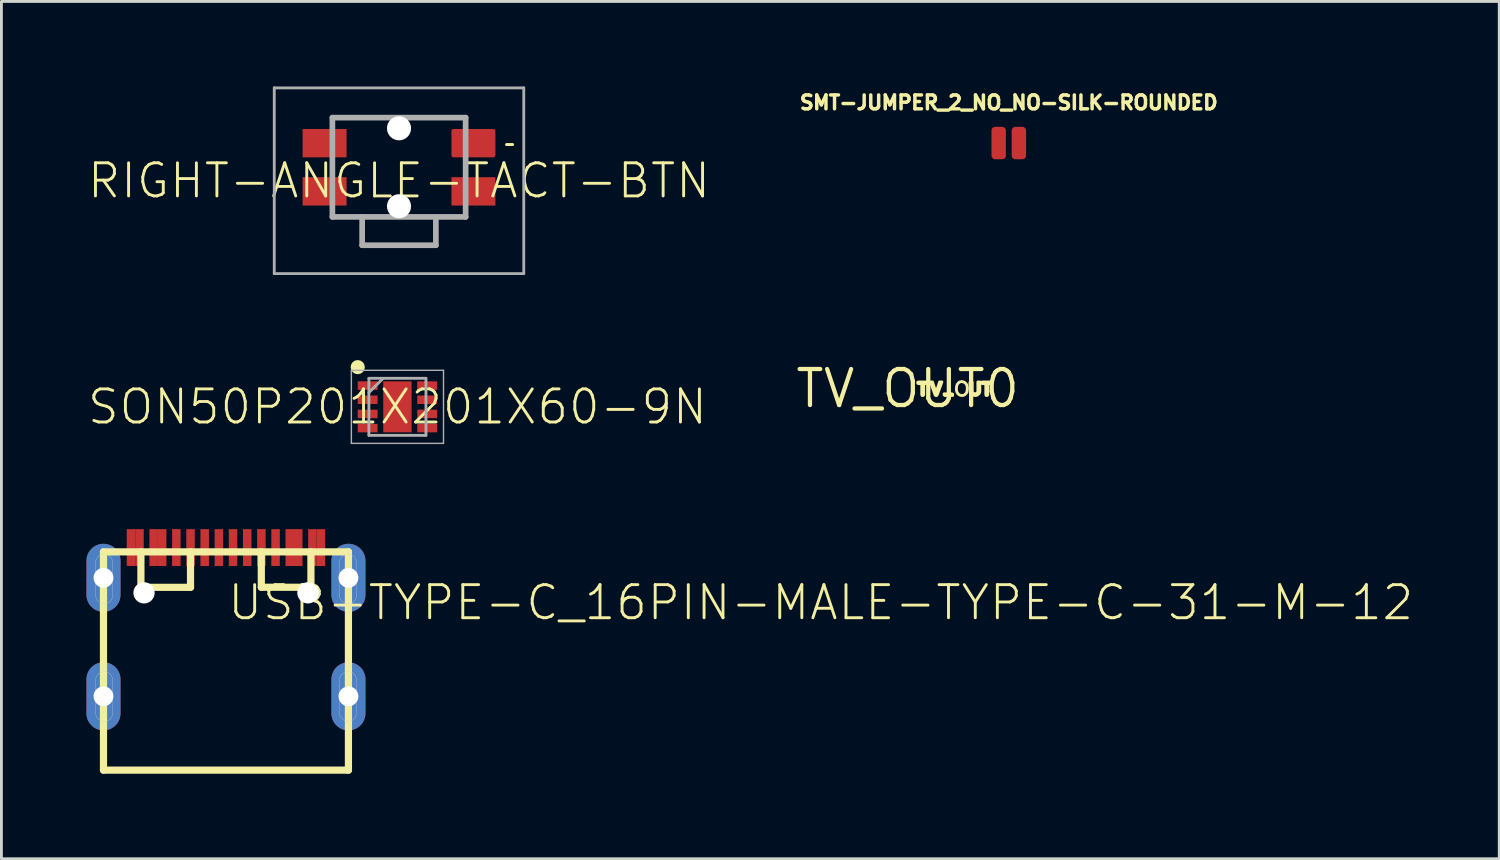
<source format=kicad_pcb>
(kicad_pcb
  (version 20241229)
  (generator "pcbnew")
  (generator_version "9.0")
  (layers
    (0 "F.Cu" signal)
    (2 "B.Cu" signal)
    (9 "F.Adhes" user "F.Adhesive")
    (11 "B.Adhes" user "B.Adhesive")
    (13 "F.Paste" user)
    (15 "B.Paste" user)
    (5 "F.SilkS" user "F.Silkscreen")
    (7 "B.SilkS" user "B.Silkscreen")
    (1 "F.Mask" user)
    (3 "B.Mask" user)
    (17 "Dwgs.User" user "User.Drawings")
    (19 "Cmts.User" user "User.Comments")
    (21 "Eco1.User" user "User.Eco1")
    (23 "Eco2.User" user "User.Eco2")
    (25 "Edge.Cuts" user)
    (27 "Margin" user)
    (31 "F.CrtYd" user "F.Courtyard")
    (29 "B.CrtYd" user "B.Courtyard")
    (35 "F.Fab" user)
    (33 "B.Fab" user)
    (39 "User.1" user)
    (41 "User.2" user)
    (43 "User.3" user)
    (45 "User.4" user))
  (footprint "RIGHT-ANGLE-TACT-BTN"
    (layer "F.Cu")
    (at 11.024 2.85)
    (property "Reference" "RIGHT-ANGLE-TACT-BTN" (at 0 0.475 0) (layer "F.SilkS") (effects (font (size 1.168 1.168) (thickness 0.102))))
    (fp_line (start -2.35 -1.75) (end -1 -1.75) (stroke (width 0.1) (type solid)) (layer "F.SilkS"))
    (fp_line (start -2.35 1.75) (end -1.3 1.75) (stroke (width 0.1) (type solid)) (layer "F.SilkS"))
    (fp_line (start 1 -1.75) (end 2.35 -1.75) (stroke (width 0.1) (type solid)) (layer "F.SilkS"))
    (fp_line (start 1.3 1.75) (end 2.35 1.75) (stroke (width 0.1) (type solid)) (layer "F.SilkS"))
    (fp_line (start 3.8 -0.8) (end 4 -0.8) (stroke (width 0.1) (type solid)) (layer "F.SilkS"))
    (fp_line (start 4 -0.8) (end 3.8 -0.8) (stroke (width 0.1) (type solid)) (layer "F.SilkS"))
    (fp_line (start -4.4 -2.8) (end 4.4 -2.8) (stroke (width 0.1) (type solid)) (layer "F.Fab"))
    (fp_line (start -4.4 3.75) (end -4.4 -2.8) (stroke (width 0.1) (type solid)) (layer "F.Fab"))
    (fp_line (start -2.35 -1.75) (end 2.35 -1.75) (stroke (width 0.2) (type solid)) (layer "F.Fab"))
    (fp_line (start -2.35 1.75) (end -2.35 -1.75) (stroke (width 0.2) (type solid)) (layer "F.Fab"))
    (fp_line (start -1.3 1.75) (end -1.3 2.75) (stroke (width 0.2) (type solid)) (layer "F.Fab"))
    (fp_line (start -1.3 2.75) (end 1.3 2.75) (stroke (width 0.2) (type solid)) (layer "F.Fab"))
    (fp_line (start 1.3 2.75) (end 1.3 1.8) (stroke (width 0.2) (type solid)) (layer "F.Fab"))
    (fp_line (start 2.35 -1.75) (end 2.35 1.75) (stroke (width 0.2) (type solid)) (layer "F.Fab"))
    (fp_line (start 2.35 1.75) (end -2.35 1.75) (stroke (width 0.2) (type solid)) (layer "F.Fab"))
    (fp_line (start 4.4 -2.8) (end 4.4 3.75) (stroke (width 0.1) (type solid)) (layer "F.Fab"))
    (fp_line (start 4.4 3.75) (end -4.4 3.75) (stroke (width 0.1) (type solid)) (layer "F.Fab"))
    (pad "" np_thru_hole circle (at 0 -1.375) (size 0.85 0.85) (drill 0.85) (layers "*.Cu" "*.Mask"))
    (pad "" np_thru_hole circle (at 0 1.375) (size 0.85 0.85) (drill 0.85) (layers "*.Cu" "*.Mask"))
    (pad "1" smd roundrect (at 2.625 -0.85) (size 1.55 1) (layers "F.Cu" "F.Mask" "F.Paste") (roundrect_rratio 0.075))
    (pad "2" smd rect (at 2.625 0.85) (size 1.55 1) (layers "F.Cu" "F.Mask" "F.Paste"))
    (pad "3" smd rect (at -2.625 -0.85) (size 1.55 1) (layers "F.Cu" "F.Mask" "F.Paste"))
    (pad "4" smd rect (at -2.625 0.85) (size 1.55 1) (layers "F.Cu" "F.Mask" "F.Paste")))
  (footprint "SON50P201X201X60-9N"
    (layer "F.Cu")
    (at 10.968 11.3)
    (property "Reference" "SON50P201X201X60-9N" (at 0 0 0) (layer "F.SilkS") (effects (font (size 1.168 1.168) (thickness 0.102))))
    (fp_circle (center -1.4 -1.4) (end -1.275 -1.4) (stroke (width 0.25) (type solid)) (fill no) (layer "F.SilkS"))
    (fp_line (start -1.625 -1.288) (end 1.625 -1.288) (stroke (width 0.05) (type solid)) (layer "F.Fab"))
    (fp_line (start -1.625 1.288) (end -1.625 -1.288) (stroke (width 0.05) (type solid)) (layer "F.Fab"))
    (fp_line (start -1.006 -1.006) (end 1.006 -1.006) (stroke (width 0.1) (type solid)) (layer "F.Fab"))
    (fp_line (start -1.006 -0.503) (end -0.503 -1.006) (stroke (width 0.1) (type solid)) (layer "F.Fab"))
    (fp_line (start -1.006 1.006) (end -1.006 -1.006) (stroke (width 0.1) (type solid)) (layer "F.Fab"))
    (fp_line (start 1.006 -1.006) (end 1.006 1.006) (stroke (width 0.1) (type solid)) (layer "F.Fab"))
    (fp_line (start 1.006 1.006) (end -1.006 1.006) (stroke (width 0.1) (type solid)) (layer "F.Fab"))
    (fp_line (start 1.625 -1.288) (end 1.625 1.288) (stroke (width 0.05) (type solid)) (layer "F.Fab"))
    (fp_line (start 1.625 1.288) (end -1.625 1.288) (stroke (width 0.05) (type solid)) (layer "F.Fab"))
    (pad "1" smd rect (at -1.05 -0.75) (size 0.7 0.3) (layers "F.Cu" "F.Mask" "F.Paste"))
    (pad "2" smd rect (at -1.05 -0.25) (size 0.7 0.3) (layers "F.Cu" "F.Mask" "F.Paste"))
    (pad "3" smd rect (at -1.05 0.25) (size 0.7 0.3) (layers "F.Cu" "F.Mask" "F.Paste"))
    (pad "4" smd rect (at -1.05 0.75) (size 0.7 0.3) (layers "F.Cu" "F.Mask" "F.Paste"))
    (pad "5" smd rect (at 1.05 0.75) (size 0.7 0.3) (layers "F.Cu" "F.Mask" "F.Paste"))
    (pad "6" smd rect (at 1.05 0.25) (size 0.7 0.3) (layers "F.Cu" "F.Mask" "F.Paste"))
    (pad "7" smd rect (at 1.05 -0.25) (size 0.7 0.3) (layers "F.Cu" "F.Mask" "F.Paste"))
    (pad "8" smd rect (at 1.05 -0.75) (size 0.7 0.3) (layers "F.Cu" "F.Mask" "F.Paste"))
    (pad "9" smd rect (at 0 0 90) (size 1.8 1) (layers "F.Cu" "F.Mask" "F.Paste")))
  (footprint "USB-TYPE-C_16PIN-MALE-TYPE-C-31-M-12"
    (layer "F.Cu")
    (at 4.92 18.887)
    (property "Reference" "USB-TYPE-C_16PIN-MALE-TYPE-C-31-M-12" (at 0 0 0) (layer "F.SilkS") (effects (font (size 1.168 1.168) (thickness 0.102)) (justify left bottom)))
    (fp_line (start -4.32 -2.471) (end 4.32 -2.471) (stroke (width 0.254) (type solid)) (layer "F.SilkS"))
    (fp_line (start -4.32 5.227) (end -4.32 -2.471) (stroke (width 0.254) (type solid)) (layer "F.SilkS"))
    (fp_line (start -4.32 5.227) (end 4.32 5.227) (stroke (width 0.254) (type solid)) (layer "F.SilkS"))
    (fp_line (start -3 -1.221) (end -3 -2.471) (stroke (width 0.254) (type solid)) (layer "F.SilkS"))
    (fp_line (start -3 -1.221) (end -1.25 -1.221) (stroke (width 0.254) (type solid)) (layer "F.SilkS"))
    (fp_line (start -1.25 -1.221) (end -1.25 -2.471) (stroke (width 0.254) (type solid)) (layer "F.SilkS"))
    (fp_line (start 1.247 -1.223) (end 1.247 -2.473) (stroke (width 0.254) (type solid)) (layer "F.SilkS"))
    (fp_line (start 1.247 -1.223) (end 2.997 -1.223) (stroke (width 0.254) (type solid)) (layer "F.SilkS"))
    (fp_line (start 2.997 -1.223) (end 2.997 -2.473) (stroke (width 0.254) (type solid)) (layer "F.SilkS"))
    (fp_line (start 4.32 5.227) (end 4.32 -2.471) (stroke (width 0.254) (type solid)) (layer "F.SilkS"))
    (fp_line (start -4.6 -2.05) (end -4.6 -0.95) (stroke (width 0.01) (type solid)) (layer "Edge.Cuts"))
    (fp_line (start -4.6 2.1) (end -4.6 3.2) (stroke (width 0.01) (type solid)) (layer "Edge.Cuts"))
    (fp_line (start -4 -0.9) (end -4 -2.1) (stroke (width 0.01) (type solid)) (layer "Edge.Cuts"))
    (fp_line (start -4 3.25) (end -4 2.05) (stroke (width 0.01) (type solid)) (layer "Edge.Cuts"))
    (fp_line (start 4 -2.05) (end 4 -0.95) (stroke (width 0.01) (type solid)) (layer "Edge.Cuts"))
    (fp_line (start 4 2.1) (end 4 3.2) (stroke (width 0.01) (type solid)) (layer "Edge.Cuts"))
    (fp_line (start 4.6 -0.9) (end 4.6 -2.1) (stroke (width 0.01) (type solid)) (layer "Edge.Cuts"))
    (fp_line (start 4.6 3.25) (end 4.6 2.05) (stroke (width 0.01) (type solid)) (layer "Edge.Cuts"))
    (fp_arc (start -4.6 -2.05) (mid -4.522487 -2.287132) (end -4.3 -2.4) (stroke (width 0.01) (type solid)) (layer "Edge.Cuts"))
    (fp_arc (start -4.6 2.1) (mid -4.522487 1.862868) (end -4.3 1.75) (stroke (width 0.01) (type solid)) (layer "Edge.Cuts"))
    (fp_arc (start -4.3 -2.4) (mid -4.087868 -2.312132) (end -4 -2.1) (stroke (width 0.01) (type solid)) (layer "Edge.Cuts"))
    (fp_arc (start -4.3 -0.65) (mid -4.512132 -0.737868) (end -4.6 -0.95) (stroke (width 0.01) (type solid)) (layer "Edge.Cuts"))
    (fp_arc (start -4.3 1.75) (mid -4.087868 1.837868) (end -4 2.05) (stroke (width 0.01) (type solid)) (layer "Edge.Cuts"))
    (fp_arc (start -4.3 3.5) (mid -4.512132 3.412132) (end -4.6 3.2) (stroke (width 0.01) (type solid)) (layer "Edge.Cuts"))
    (fp_arc (start -4 -0.9) (mid -4.098223 -0.712868) (end -4.3 -0.65) (stroke (width 0.01) (type solid)) (layer "Edge.Cuts"))
    (fp_arc (start -4 3.25) (mid -4.098223 3.437132) (end -4.3 3.5) (stroke (width 0.01) (type solid)) (layer "Edge.Cuts"))
    (fp_arc (start 4 -2.05) (mid 4.077513 -2.287132) (end 4.3 -2.4) (stroke (width 0.01) (type solid)) (layer "Edge.Cuts"))
    (fp_arc (start 4 2.1) (mid 4.077513 1.862868) (end 4.3 1.75) (stroke (width 0.01) (type solid)) (layer "Edge.Cuts"))
    (fp_arc (start 4.3 -2.4) (mid 4.512132 -2.312132) (end 4.6 -2.1) (stroke (width 0.01) (type solid)) (layer "Edge.Cuts"))
    (fp_arc (start 4.3 -0.65) (mid 4.087868 -0.737868) (end 4 -0.95) (stroke (width 0.01) (type solid)) (layer "Edge.Cuts"))
    (fp_arc (start 4.3 1.75) (mid 4.512132 1.837868) (end 4.6 2.05) (stroke (width 0.01) (type solid)) (layer "Edge.Cuts"))
    (fp_arc (start 4.3 3.5) (mid 4.087868 3.412132) (end 4 3.2) (stroke (width 0.01) (type solid)) (layer "Edge.Cuts"))
    (fp_arc (start 4.6 -0.9) (mid 4.501777 -0.712868) (end 4.3 -0.65) (stroke (width 0.01) (type solid)) (layer "Edge.Cuts"))
    (fp_arc (start 4.6 3.25) (mid 4.501777 3.437132) (end 4.3 3.5) (stroke (width 0.01) (type solid)) (layer "Edge.Cuts"))
    (pad "" np_thru_hole circle (at -2.89 -1.026) (size 0.75 0.75) (drill 0.75) (layers "*.Cu" "*.Mask"))
    (pad "" np_thru_hole circle (at 2.89 -1.026) (size 0.75 0.75) (drill 0.75) (layers "*.Cu" "*.Mask"))
    (pad "0" thru_hole oval (at -4.32 -1.556 90) (size 2.4 1.2) (drill 0.7) (layers "*.Cu" "*.Mask"))
    (pad "0-1" thru_hole oval (at 4.32 -1.556 90) (size 2.4 1.2) (drill 0.7) (layers "*.Cu" "*.Mask"))
    (pad "0-2" thru_hole oval (at 4.32 2.624 90) (size 2.4 1.2) (drill 0.7) (layers "*.Cu" "*.Mask"))
    (pad "0-3" thru_hole oval (at -4.32 2.624 90) (size 2.4 1.2) (drill 0.7) (layers "*.Cu" "*.Mask"))
    (pad "A1" smd rect (at -3.35 -2.623) (size 0.3 1.3) (layers "F.Cu" "F.Mask" "F.Paste"))
    (pad "A4" smd rect (at -2.55 -2.623) (size 0.3 1.3) (layers "F.Cu" "F.Mask" "F.Paste"))
    (pad "A5" smd rect (at -1.25 -2.623) (size 0.3 1.3) (layers "F.Cu" "F.Mask" "F.Paste"))
    (pad "A6" smd rect (at -0.25 -2.623) (size 0.3 1.3) (layers "F.Cu" "F.Mask" "F.Paste"))
    (pad "A7" smd rect (at 0.25 -2.623) (size 0.3 1.3) (layers "F.Cu" "F.Mask" "F.Paste"))
    (pad "A8" smd rect (at 1.25 -2.624) (size 0.3 1.3) (layers "F.Cu" "F.Mask" "F.Paste"))
    (pad "A9" smd rect (at 2.55 -2.623) (size 0.3 1.3) (layers "F.Cu" "F.Mask" "F.Paste"))
    (pad "A12" smd rect (at 3.35 -2.623) (size 0.3 1.3) (layers "F.Cu" "F.Mask" "F.Paste"))
    (pad "B1" smd rect (at 3.05 -2.623) (size 0.3 1.3) (layers "F.Cu" "F.Mask" "F.Paste"))
    (pad "B4" smd rect (at 2.25 -2.623) (size 0.3 1.3) (layers "F.Cu" "F.Mask" "F.Paste"))
    (pad "B5" smd rect (at 1.75 -2.623) (size 0.3 1.3) (layers "F.Cu" "F.Mask" "F.Paste"))
    (pad "B6" smd rect (at 0.75 -2.623) (size 0.3 1.3) (layers "F.Cu" "F.Mask" "F.Paste"))
    (pad "B7" smd rect (at -0.75 -2.623) (size 0.3 1.3) (layers "F.Cu" "F.Mask" "F.Paste"))
    (pad "B8" smd rect (at -1.75 -2.624) (size 0.3 1.3) (layers "F.Cu" "F.Mask" "F.Paste"))
    (pad "B9" smd rect (at -2.25 -2.623) (size 0.3 1.3) (layers "F.Cu" "F.Mask" "F.Paste"))
    (pad "B12" smd rect (at -3.05 -2.623) (size 0.3 1.3) (layers "F.Cu" "F.Mask" "F.Paste")))
  (footprint "TV_OUT0"
    (layer "F.Cu")
    (at 28.966 10.656)
    (property "Reference" "TV_OUT0" (at 0 0 0) (layer "F.SilkS") (effects (font (size 1.27 1.27) (thickness 0.15))))
    (fp_poly (pts (xy 1.585 0.197) (xy 1.585 0.245) (xy 1.308 0.245) (xy 1.285 0.222) (xy 1.285 0.185) (xy 1.561 0.185)) (stroke (width 0.1) (type solid)) (fill no) (layer "F.SilkS"))
    (fp_poly (pts (xy 1 0.144) (xy 1.126 -0.235) (xy 1.207 -0.235) (xy 1.195 -0.198) (xy 1.044 0.212) (xy 1.023 0.245) (xy 0.988 0.245) (xy 0.966 0.223) (xy 0.803 -0.235) (xy 0.874 -0.235)) (stroke (width 0.1) (type solid)) (fill no) (layer "F.SilkS"))
    (fp_poly (pts (xy 0.715 -0.212) (xy 0.715 -0.175) (xy 0.574 -0.175) (xy 0.565 -0.149) (xy 0.565 0.222) (xy 0.542 0.245) (xy 0.506 0.245) (xy 0.495 0.211) (xy 0.495 -0.158) (xy 0.478 -0.175) (xy 0.379 -0.175) (xy 0.355 -0.187) (xy 0.355 -0.224) (xy 0.389 -0.235) (xy 0.692 -0.235)) (stroke (width 0.1) (type solid)) (fill no) (layer "F.SilkS"))
    (fp_poly (pts (xy 2.975 -0.212) (xy 2.975 -0.175) (xy 2.834 -0.175) (xy 2.825 -0.149) (xy 2.825 0.222) (xy 2.802 0.245) (xy 2.766 0.245) (xy 2.755 0.211) (xy 2.755 -0.158) (xy 2.738 -0.175) (xy 2.639 -0.175) (xy 2.605 -0.186) (xy 2.605 -0.224) (xy 2.649 -0.235) (xy 2.952 -0.235)) (stroke (width 0.1) (type solid)) (fill no) (layer "F.SilkS"))
    (fp_poly (pts (xy 2.275 -0.223) (xy 2.275 0.118) (xy 2.294 0.147) (xy 2.313 0.166) (xy 2.341 0.175) (xy 2.38 0.185) (xy 2.437 0.166) (xy 2.456 0.147) (xy 2.475 0.118) (xy 2.475 -0.235) (xy 2.545 -0.235) (xy 2.545 0.111) (xy 2.535 0.142) (xy 2.524 0.173) (xy 2.493 0.194) (xy 2.473 0.214) (xy 2.442 0.235) (xy 2.401 0.245) (xy 2.369 0.245) (xy 2.329 0.235) (xy 2.298 0.235) (xy 2.236 0.193) (xy 2.226 0.173) (xy 2.205 0.142) (xy 2.205 0.1) (xy 2.195 -0.211) (xy 2.207 -0.235) (xy 2.251 -0.235)) (stroke (width 0.1) (type solid)) (fill no) (layer "F.SilkS"))
    (fp_poly (pts (xy 1.961 -0.235) (xy 1.992 -0.225) (xy 2.023 -0.204) (xy 2.044 -0.184) (xy 2.064 -0.163) (xy 2.085 -0.122) (xy 2.095 -0.091) (xy 2.095 -0.061) (xy 2.105 -0.021) (xy 2.105 0.011) (xy 2.095 0.051) (xy 2.095 0.081) (xy 2.085 0.121) (xy 2.074 0.153) (xy 2.054 0.174) (xy 2.024 0.204) (xy 2.003 0.224) (xy 1.971 0.235) (xy 1.931 0.245) (xy 1.899 0.245) (xy 1.864 0.236) (xy 1.864 0.237) (xy 1.859 0.235) (xy 1.853 0.233) (xy 1.853 0.233) (xy 1.828 0.225) (xy 1.797 0.204) (xy 1.776 0.183) (xy 1.735 0.122) (xy 1.725 0.091) (xy 1.725 0.061) (xy 1.715 0.02) (xy 1.725 -0.05) (xy 1.725 -0.081) (xy 1.735 -0.112) (xy 1.745 -0.142) (xy 1.766 -0.173) (xy 1.796 -0.204) (xy 1.817 -0.224) (xy 1.849 -0.235) (xy 1.889 -0.245) (xy 1.921 -0.245)) (stroke (width 0.1) (type solid)) (fill no) (layer "F.SilkS")))
  (footprint "SMT-JUMPER_2_NO_NO-SILK-ROUNDED"
    (layer "F.Cu")
    (at 32.532 1.996)
    (property "Reference" "SMT-JUMPER_2_NO_NO-SILK-ROUNDED" (at 0 -1.143 0) (layer "F.SilkS") (effects (font (size 0.488 0.488) (thickness 0.122)) (justify bottom)))
    (pad "1" smd roundrect (at -0.356 0) (size 0.508 1.143) (layers "F.Cu" "F.Mask") (roundrect_rratio 0.25))
    (pad "2" smd roundrect (at 0.356 0) (size 0.508 1.143) (layers "F.Cu" "F.Mask") (roundrect_rratio 0.25)))
  (gr_rect
    (start -3 -3)
    (end 49.831 27.241)
    (stroke (width 0.1) (type default))
    (fill no)
    (layer "Edge.Cuts")))
</source>
